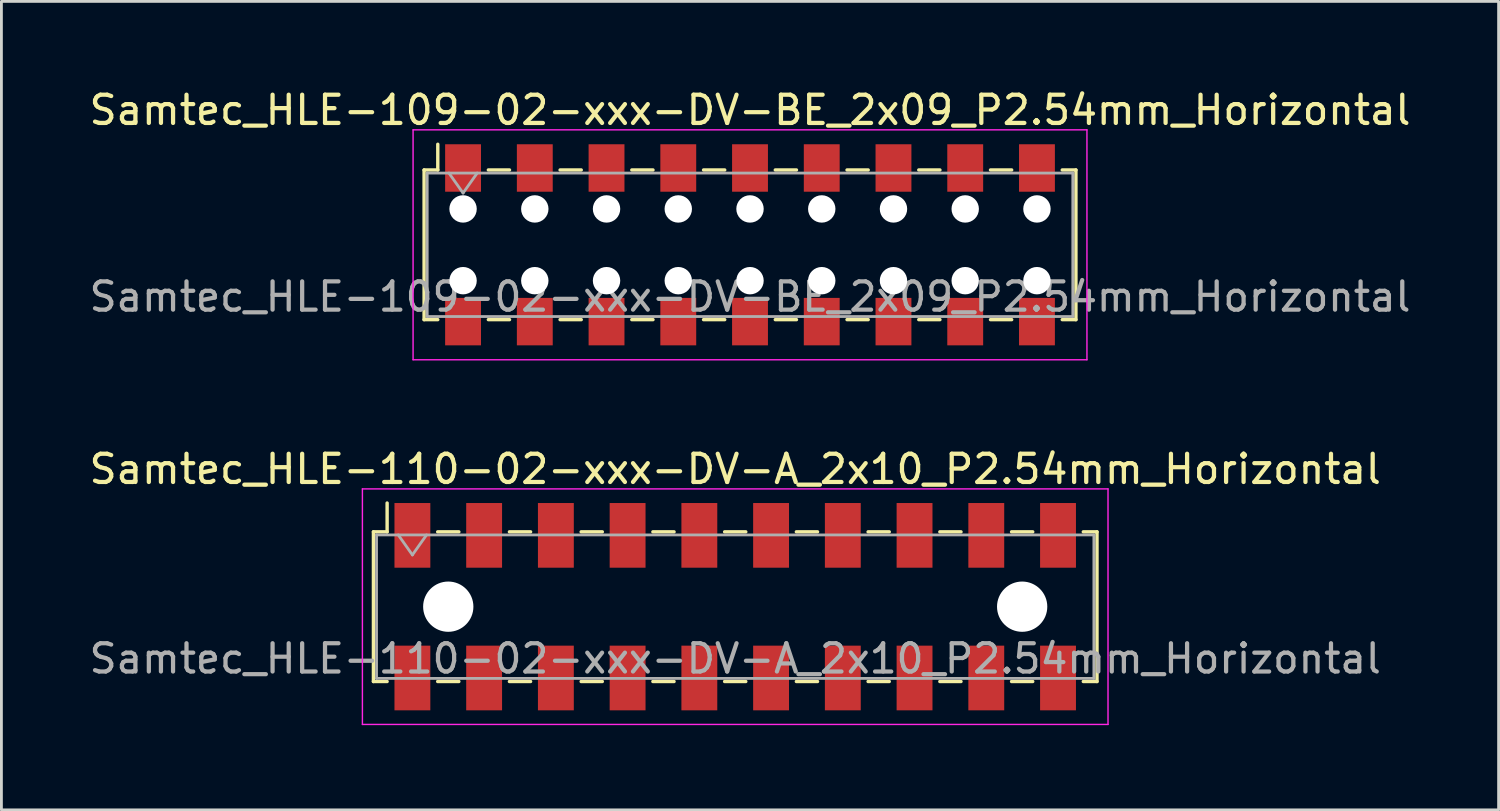
<source format=kicad_pcb>
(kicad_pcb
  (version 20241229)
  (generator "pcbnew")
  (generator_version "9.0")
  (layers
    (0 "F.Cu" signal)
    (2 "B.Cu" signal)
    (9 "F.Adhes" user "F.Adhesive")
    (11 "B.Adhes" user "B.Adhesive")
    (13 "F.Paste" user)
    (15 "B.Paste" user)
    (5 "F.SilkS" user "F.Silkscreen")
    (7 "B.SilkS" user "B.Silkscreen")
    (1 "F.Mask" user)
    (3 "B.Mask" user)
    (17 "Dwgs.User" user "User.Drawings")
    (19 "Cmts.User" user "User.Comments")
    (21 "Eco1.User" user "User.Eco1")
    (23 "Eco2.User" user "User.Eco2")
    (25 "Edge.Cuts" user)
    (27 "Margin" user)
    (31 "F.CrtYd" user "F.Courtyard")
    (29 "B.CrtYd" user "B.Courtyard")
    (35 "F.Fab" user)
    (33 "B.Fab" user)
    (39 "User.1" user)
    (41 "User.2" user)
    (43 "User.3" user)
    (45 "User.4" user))
  (footprint "Samtec_HLE-110-02-xxx-DV-A_2x10_P2.54mm_Horizontal"
    (layer "F.Cu")
    (at 22.982 18.431)
    (property "Reference" "Samtec_HLE-110-02-xxx-DV-A_2x10_P2.54mm_Horizontal" (at 0 -4.87 0) (layer "F.SilkS") (effects (font (size 1 1) (thickness 0.15))))
    (attr smd)
    (fp_line (start -12.81 -2.65) (end -12.81 2.65) (stroke (width 0.12) (type solid)) (layer "F.SilkS"))
    (fp_line (start -12.81 2.65) (end -12.325 2.65) (stroke (width 0.12) (type solid)) (layer "F.SilkS"))
    (fp_line (start -12.325 -3.67) (end -12.325 -2.65) (stroke (width 0.12) (type solid)) (layer "F.SilkS"))
    (fp_line (start -12.325 -2.65) (end -12.81 -2.65) (stroke (width 0.12) (type solid)) (layer "F.SilkS"))
    (fp_line (start -10.535 -2.65) (end -9.785 -2.65) (stroke (width 0.12) (type solid)) (layer "F.SilkS"))
    (fp_line (start -10.535 2.65) (end -9.785 2.65) (stroke (width 0.12) (type solid)) (layer "F.SilkS"))
    (fp_line (start -7.995 -2.65) (end -7.245 -2.65) (stroke (width 0.12) (type solid)) (layer "F.SilkS"))
    (fp_line (start -7.995 2.65) (end -7.245 2.65) (stroke (width 0.12) (type solid)) (layer "F.SilkS"))
    (fp_line (start -5.455 -2.65) (end -4.705 -2.65) (stroke (width 0.12) (type solid)) (layer "F.SilkS"))
    (fp_line (start -5.455 2.65) (end -4.705 2.65) (stroke (width 0.12) (type solid)) (layer "F.SilkS"))
    (fp_line (start -2.915 -2.65) (end -2.165 -2.65) (stroke (width 0.12) (type solid)) (layer "F.SilkS"))
    (fp_line (start -2.915 2.65) (end -2.165 2.65) (stroke (width 0.12) (type solid)) (layer "F.SilkS"))
    (fp_line (start -0.375 -2.65) (end 0.375 -2.65) (stroke (width 0.12) (type solid)) (layer "F.SilkS"))
    (fp_line (start -0.375 2.65) (end 0.375 2.65) (stroke (width 0.12) (type solid)) (layer "F.SilkS"))
    (fp_line (start 2.165 -2.65) (end 2.915 -2.65) (stroke (width 0.12) (type solid)) (layer "F.SilkS"))
    (fp_line (start 2.165 2.65) (end 2.915 2.65) (stroke (width 0.12) (type solid)) (layer "F.SilkS"))
    (fp_line (start 4.705 -2.65) (end 5.455 -2.65) (stroke (width 0.12) (type solid)) (layer "F.SilkS"))
    (fp_line (start 4.705 2.65) (end 5.455 2.65) (stroke (width 0.12) (type solid)) (layer "F.SilkS"))
    (fp_line (start 7.245 -2.65) (end 7.995 -2.65) (stroke (width 0.12) (type solid)) (layer "F.SilkS"))
    (fp_line (start 7.245 2.65) (end 7.995 2.65) (stroke (width 0.12) (type solid)) (layer "F.SilkS"))
    (fp_line (start 9.785 -2.65) (end 10.535 -2.65) (stroke (width 0.12) (type solid)) (layer "F.SilkS"))
    (fp_line (start 9.785 2.65) (end 10.535 2.65) (stroke (width 0.12) (type solid)) (layer "F.SilkS"))
    (fp_line (start 12.325 -2.65) (end 12.81 -2.65) (stroke (width 0.12) (type solid)) (layer "F.SilkS"))
    (fp_line (start 12.81 -2.65) (end 12.81 2.65) (stroke (width 0.12) (type solid)) (layer "F.SilkS"))
    (fp_line (start 12.81 2.65) (end 12.325 2.65) (stroke (width 0.12) (type solid)) (layer "F.SilkS"))
    (fp_line (start -13.2 -4.17) (end 13.2 -4.17) (stroke (width 0.05) (type solid)) (layer "F.CrtYd"))
    (fp_line (start -13.2 4.17) (end -13.2 -4.17) (stroke (width 0.05) (type solid)) (layer "F.CrtYd"))
    (fp_line (start 13.2 -4.17) (end 13.2 4.17) (stroke (width 0.05) (type solid)) (layer "F.CrtYd"))
    (fp_line (start 13.2 4.17) (end -13.2 4.17) (stroke (width 0.05) (type solid)) (layer "F.CrtYd"))
    (fp_line (start -12.7 -2.54) (end 12.7 -2.54) (stroke (width 0.1) (type solid)) (layer "F.Fab"))
    (fp_line (start -12.7 2.54) (end -12.7 -2.54) (stroke (width 0.1) (type solid)) (layer "F.Fab"))
    (fp_line (start -11.93 -2.54) (end -11.43 -1.833) (stroke (width 0.1) (type solid)) (layer "F.Fab"))
    (fp_line (start -11.43 -1.833) (end -10.93 -2.54) (stroke (width 0.1) (type solid)) (layer "F.Fab"))
    (fp_line (start 12.7 -2.54) (end 12.7 2.54) (stroke (width 0.1) (type solid)) (layer "F.Fab"))
    (fp_line (start 12.7 2.54) (end -12.7 2.54) (stroke (width 0.1) (type solid)) (layer "F.Fab"))
    (fp_text user "${REFERENCE}" (at 0 1.84 0) (layer "F.Fab") (effects (font (size 1 1) (thickness 0.15))))
    (pad "" np_thru_hole circle (at -10.16 0) (size 1.78 1.78) (drill 1.78) (layers "*.Cu" "*.Mask"))
    (pad "" np_thru_hole circle (at 10.16 0) (size 1.78 1.78) (drill 1.78) (layers "*.Cu" "*.Mask"))
    (pad "1" smd rect (at -11.43 -2.525) (size 1.27 2.29) (layers "F.Cu" "F.Mask" "F.Paste"))
    (pad "2" smd rect (at -11.43 2.525) (size 1.27 2.29) (layers "F.Cu" "F.Mask" "F.Paste"))
    (pad "3" smd rect (at -8.89 -2.525) (size 1.27 2.29) (layers "F.Cu" "F.Mask" "F.Paste"))
    (pad "4" smd rect (at -8.89 2.525) (size 1.27 2.29) (layers "F.Cu" "F.Mask" "F.Paste"))
    (pad "5" smd rect (at -6.35 -2.525) (size 1.27 2.29) (layers "F.Cu" "F.Mask" "F.Paste"))
    (pad "6" smd rect (at -6.35 2.525) (size 1.27 2.29) (layers "F.Cu" "F.Mask" "F.Paste"))
    (pad "7" smd rect (at -3.81 -2.525) (size 1.27 2.29) (layers "F.Cu" "F.Mask" "F.Paste"))
    (pad "8" smd rect (at -3.81 2.525) (size 1.27 2.29) (layers "F.Cu" "F.Mask" "F.Paste"))
    (pad "9" smd rect (at -1.27 -2.525) (size 1.27 2.29) (layers "F.Cu" "F.Mask" "F.Paste"))
    (pad "10" smd rect (at -1.27 2.525) (size 1.27 2.29) (layers "F.Cu" "F.Mask" "F.Paste"))
    (pad "11" smd rect (at 1.27 -2.525) (size 1.27 2.29) (layers "F.Cu" "F.Mask" "F.Paste"))
    (pad "12" smd rect (at 1.27 2.525) (size 1.27 2.29) (layers "F.Cu" "F.Mask" "F.Paste"))
    (pad "13" smd rect (at 3.81 -2.525) (size 1.27 2.29) (layers "F.Cu" "F.Mask" "F.Paste"))
    (pad "14" smd rect (at 3.81 2.525) (size 1.27 2.29) (layers "F.Cu" "F.Mask" "F.Paste"))
    (pad "15" smd rect (at 6.35 -2.525) (size 1.27 2.29) (layers "F.Cu" "F.Mask" "F.Paste"))
    (pad "16" smd rect (at 6.35 2.525) (size 1.27 2.29) (layers "F.Cu" "F.Mask" "F.Paste"))
    (pad "17" smd rect (at 8.89 -2.525) (size 1.27 2.29) (layers "F.Cu" "F.Mask" "F.Paste"))
    (pad "18" smd rect (at 8.89 2.525) (size 1.27 2.29) (layers "F.Cu" "F.Mask" "F.Paste"))
    (pad "19" smd rect (at 11.43 -2.525) (size 1.27 2.29) (layers "F.Cu" "F.Mask" "F.Paste"))
    (pad "20" smd rect (at 11.43 2.525) (size 1.27 2.29) (layers "F.Cu" "F.Mask" "F.Paste")))
  (footprint "Samtec_HLE-109-02-xxx-DV-BE_2x09_P2.54mm_Horizontal"
    (layer "F.Cu")
    (at 23.506 5.618)
    (property "Reference" "Samtec_HLE-109-02-xxx-DV-BE_2x09_P2.54mm_Horizontal" (at 0 -4.77 0) (layer "F.SilkS") (effects (font (size 1 1) (thickness 0.15))))
    (attr smd)
    (fp_line (start -11.54 -2.65) (end -11.54 2.65) (stroke (width 0.12) (type solid)) (layer "F.SilkS"))
    (fp_line (start -11.54 2.65) (end -11.055 2.65) (stroke (width 0.12) (type solid)) (layer "F.SilkS"))
    (fp_line (start -11.055 -3.56) (end -11.055 -2.65) (stroke (width 0.12) (type solid)) (layer "F.SilkS"))
    (fp_line (start -11.055 -2.65) (end -11.54 -2.65) (stroke (width 0.12) (type solid)) (layer "F.SilkS"))
    (fp_line (start -9.265 -2.65) (end -8.515 -2.65) (stroke (width 0.12) (type solid)) (layer "F.SilkS"))
    (fp_line (start -9.265 2.65) (end -8.515 2.65) (stroke (width 0.12) (type solid)) (layer "F.SilkS"))
    (fp_line (start -6.725 -2.65) (end -5.975 -2.65) (stroke (width 0.12) (type solid)) (layer "F.SilkS"))
    (fp_line (start -6.725 2.65) (end -5.975 2.65) (stroke (width 0.12) (type solid)) (layer "F.SilkS"))
    (fp_line (start -4.185 -2.65) (end -3.435 -2.65) (stroke (width 0.12) (type solid)) (layer "F.SilkS"))
    (fp_line (start -4.185 2.65) (end -3.435 2.65) (stroke (width 0.12) (type solid)) (layer "F.SilkS"))
    (fp_line (start -1.645 -2.65) (end -0.895 -2.65) (stroke (width 0.12) (type solid)) (layer "F.SilkS"))
    (fp_line (start -1.645 2.65) (end -0.895 2.65) (stroke (width 0.12) (type solid)) (layer "F.SilkS"))
    (fp_line (start 0.895 -2.65) (end 1.645 -2.65) (stroke (width 0.12) (type solid)) (layer "F.SilkS"))
    (fp_line (start 0.895 2.65) (end 1.645 2.65) (stroke (width 0.12) (type solid)) (layer "F.SilkS"))
    (fp_line (start 3.435 -2.65) (end 4.185 -2.65) (stroke (width 0.12) (type solid)) (layer "F.SilkS"))
    (fp_line (start 3.435 2.65) (end 4.185 2.65) (stroke (width 0.12) (type solid)) (layer "F.SilkS"))
    (fp_line (start 5.975 -2.65) (end 6.725 -2.65) (stroke (width 0.12) (type solid)) (layer "F.SilkS"))
    (fp_line (start 5.975 2.65) (end 6.725 2.65) (stroke (width 0.12) (type solid)) (layer "F.SilkS"))
    (fp_line (start 8.515 -2.65) (end 9.265 -2.65) (stroke (width 0.12) (type solid)) (layer "F.SilkS"))
    (fp_line (start 8.515 2.65) (end 9.265 2.65) (stroke (width 0.12) (type solid)) (layer "F.SilkS"))
    (fp_line (start 11.055 -2.65) (end 11.54 -2.65) (stroke (width 0.12) (type solid)) (layer "F.SilkS"))
    (fp_line (start 11.54 -2.65) (end 11.54 2.65) (stroke (width 0.12) (type solid)) (layer "F.SilkS"))
    (fp_line (start 11.54 2.65) (end 11.055 2.65) (stroke (width 0.12) (type solid)) (layer "F.SilkS"))
    (fp_line (start -11.93 -4.07) (end 11.93 -4.07) (stroke (width 0.05) (type solid)) (layer "F.CrtYd"))
    (fp_line (start -11.93 4.07) (end -11.93 -4.07) (stroke (width 0.05) (type solid)) (layer "F.CrtYd"))
    (fp_line (start 11.93 -4.07) (end 11.93 4.07) (stroke (width 0.05) (type solid)) (layer "F.CrtYd"))
    (fp_line (start 11.93 4.07) (end -11.93 4.07) (stroke (width 0.05) (type solid)) (layer "F.CrtYd"))
    (fp_line (start -11.43 -2.54) (end 11.43 -2.54) (stroke (width 0.1) (type solid)) (layer "F.Fab"))
    (fp_line (start -11.43 2.54) (end -11.43 -2.54) (stroke (width 0.1) (type solid)) (layer "F.Fab"))
    (fp_line (start -10.66 -2.54) (end -10.16 -1.833) (stroke (width 0.1) (type solid)) (layer "F.Fab"))
    (fp_line (start -10.16 -1.833) (end -9.66 -2.54) (stroke (width 0.1) (type solid)) (layer "F.Fab"))
    (fp_line (start 11.43 -2.54) (end 11.43 2.54) (stroke (width 0.1) (type solid)) (layer "F.Fab"))
    (fp_line (start 11.43 2.54) (end -11.43 2.54) (stroke (width 0.1) (type solid)) (layer "F.Fab"))
    (fp_text user "${REFERENCE}" (at 0 1.84 0) (layer "F.Fab") (effects (font (size 1 1) (thickness 0.15))))
    (pad "" np_thru_hole circle (at -10.16 -1.27) (size 0.97 0.97) (drill 0.97) (layers "*.Cu" "*.Mask"))
    (pad "" np_thru_hole circle (at -10.16 1.27) (size 0.97 0.97) (drill 0.97) (layers "*.Cu" "*.Mask"))
    (pad "" np_thru_hole circle (at -7.62 -1.27) (size 0.97 0.97) (drill 0.97) (layers "*.Cu" "*.Mask"))
    (pad "" np_thru_hole circle (at -7.62 1.27) (size 0.97 0.97) (drill 0.97) (layers "*.Cu" "*.Mask"))
    (pad "" np_thru_hole circle (at -5.08 -1.27) (size 0.97 0.97) (drill 0.97) (layers "*.Cu" "*.Mask"))
    (pad "" np_thru_hole circle (at -5.08 1.27) (size 0.97 0.97) (drill 0.97) (layers "*.Cu" "*.Mask"))
    (pad "" np_thru_hole circle (at -2.54 -1.27) (size 0.97 0.97) (drill 0.97) (layers "*.Cu" "*.Mask"))
    (pad "" np_thru_hole circle (at -2.54 1.27) (size 0.97 0.97) (drill 0.97) (layers "*.Cu" "*.Mask"))
    (pad "" np_thru_hole circle (at 0 -1.27) (size 0.97 0.97) (drill 0.97) (layers "*.Cu" "*.Mask"))
    (pad "" np_thru_hole circle (at 0 1.27) (size 0.97 0.97) (drill 0.97) (layers "*.Cu" "*.Mask"))
    (pad "" np_thru_hole circle (at 2.54 -1.27) (size 0.97 0.97) (drill 0.97) (layers "*.Cu" "*.Mask"))
    (pad "" np_thru_hole circle (at 2.54 1.27) (size 0.97 0.97) (drill 0.97) (layers "*.Cu" "*.Mask"))
    (pad "" np_thru_hole circle (at 5.08 -1.27) (size 0.97 0.97) (drill 0.97) (layers "*.Cu" "*.Mask"))
    (pad "" np_thru_hole circle (at 5.08 1.27) (size 0.97 0.97) (drill 0.97) (layers "*.Cu" "*.Mask"))
    (pad "" np_thru_hole circle (at 7.62 -1.27) (size 0.97 0.97) (drill 0.97) (layers "*.Cu" "*.Mask"))
    (pad "" np_thru_hole circle (at 7.62 1.27) (size 0.97 0.97) (drill 0.97) (layers "*.Cu" "*.Mask"))
    (pad "" np_thru_hole circle (at 10.16 -1.27) (size 0.97 0.97) (drill 0.97) (layers "*.Cu" "*.Mask"))
    (pad "" np_thru_hole circle (at 10.16 1.27) (size 0.97 0.97) (drill 0.97) (layers "*.Cu" "*.Mask"))
    (pad "1" smd rect (at -10.16 -2.72) (size 1.27 1.68) (layers "F.Cu" "F.Mask" "F.Paste"))
    (pad "2" smd rect (at -10.16 2.72) (size 1.27 1.68) (layers "F.Cu" "F.Mask" "F.Paste"))
    (pad "3" smd rect (at -7.62 -2.72) (size 1.27 1.68) (layers "F.Cu" "F.Mask" "F.Paste"))
    (pad "4" smd rect (at -7.62 2.72) (size 1.27 1.68) (layers "F.Cu" "F.Mask" "F.Paste"))
    (pad "5" smd rect (at -5.08 -2.72) (size 1.27 1.68) (layers "F.Cu" "F.Mask" "F.Paste"))
    (pad "6" smd rect (at -5.08 2.72) (size 1.27 1.68) (layers "F.Cu" "F.Mask" "F.Paste"))
    (pad "7" smd rect (at -2.54 -2.72) (size 1.27 1.68) (layers "F.Cu" "F.Mask" "F.Paste"))
    (pad "8" smd rect (at -2.54 2.72) (size 1.27 1.68) (layers "F.Cu" "F.Mask" "F.Paste"))
    (pad "9" smd rect (at 0 -2.72) (size 1.27 1.68) (layers "F.Cu" "F.Mask" "F.Paste"))
    (pad "10" smd rect (at 0 2.72) (size 1.27 1.68) (layers "F.Cu" "F.Mask" "F.Paste"))
    (pad "11" smd rect (at 2.54 -2.72) (size 1.27 1.68) (layers "F.Cu" "F.Mask" "F.Paste"))
    (pad "12" smd rect (at 2.54 2.72) (size 1.27 1.68) (layers "F.Cu" "F.Mask" "F.Paste"))
    (pad "13" smd rect (at 5.08 -2.72) (size 1.27 1.68) (layers "F.Cu" "F.Mask" "F.Paste"))
    (pad "14" smd rect (at 5.08 2.72) (size 1.27 1.68) (layers "F.Cu" "F.Mask" "F.Paste"))
    (pad "15" smd rect (at 7.62 -2.72) (size 1.27 1.68) (layers "F.Cu" "F.Mask" "F.Paste"))
    (pad "16" smd rect (at 7.62 2.72) (size 1.27 1.68) (layers "F.Cu" "F.Mask" "F.Paste"))
    (pad "17" smd rect (at 10.16 -2.72) (size 1.27 1.68) (layers "F.Cu" "F.Mask" "F.Paste"))
    (pad "18" smd rect (at 10.16 2.72) (size 1.27 1.68) (layers "F.Cu" "F.Mask" "F.Paste")))
  (gr_rect
    (start -3 -3)
    (end 50.012 25.627)
    (stroke (width 0.1) (type default))
    (fill no)
    (layer "Edge.Cuts")))
</source>
